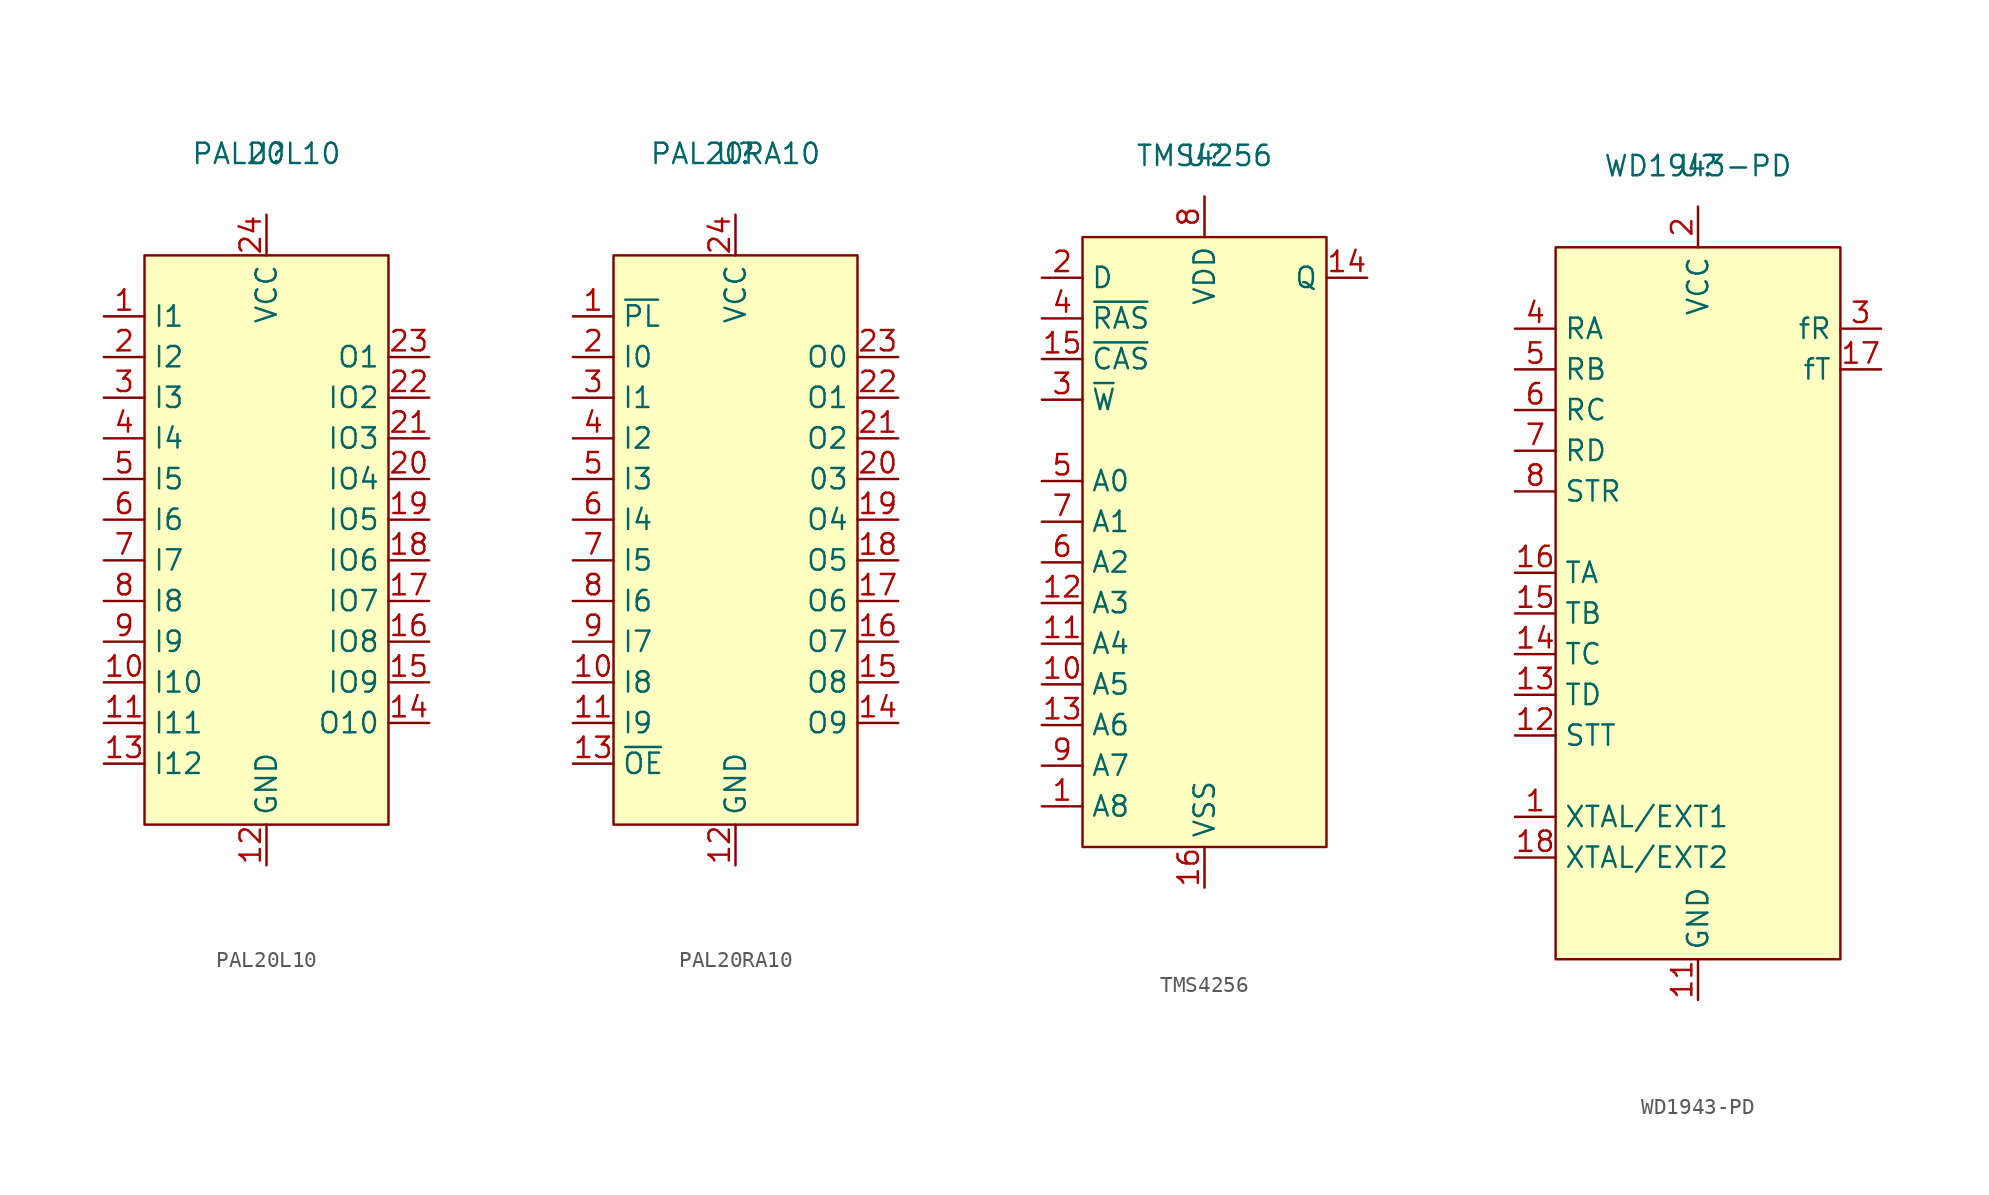
<source format=kicad_sym>
(kicad_symbol_lib
  (version 20220914)
  (generator kicad_symbol_editor)
  (symbol "PAL20L10"
    (property "Reference" "U"
      (at 0 0 0)
      (effects (font (size 1.27 1.27))))
    (property "Value" "PAL20L10"
      (at 0 0 0)
      (effects (font (size 1.27 1.27))))
    (symbol "PAL20L10_1_1"
      (rectangle (start -7.62 -6.35) (end 7.62 -41.91) (stroke (width 0) (type default)) (fill (type background)))
      (pin input line (at -10.16 -10.16 0) (length 2.54) (name "I1" (effects (font (size 1.27 1.27)))) (number "1" (effects (font (size 1.27 1.27)))))
      (pin input line (at -10.16 -33.02 0) (length 2.54) (name "I10" (effects (font (size 1.27 1.27)))) (number "10" (effects (font (size 1.27 1.27)))))
      (pin input line (at -10.16 -35.56 0) (length 2.54) (name "I11" (effects (font (size 1.27 1.27)))) (number "11" (effects (font (size 1.27 1.27)))))
      (pin power_in line (at 0 -44.45 90) (length 2.54) (name "GND" (effects (font (size 1.27 1.27)))) (number "12" (effects (font (size 1.27 1.27)))))
      (pin input line (at -10.16 -38.1 0) (length 2.54) (name "I12" (effects (font (size 1.27 1.27)))) (number "13" (effects (font (size 1.27 1.27)))))
      (pin tri_state line (at 10.16 -35.56 180) (length 2.54) (name "O10" (effects (font (size 1.27 1.27)))) (number "14" (effects (font (size 1.27 1.27)))))
      (pin bidirectional line (at 10.16 -33.02 180) (length 2.54) (name "IO9" (effects (font (size 1.27 1.27)))) (number "15" (effects (font (size 1.27 1.27)))))
      (pin bidirectional line (at 10.16 -30.48 180) (length 2.54) (name "IO8" (effects (font (size 1.27 1.27)))) (number "16" (effects (font (size 1.27 1.27)))))
      (pin bidirectional line (at 10.16 -27.94 180) (length 2.54) (name "IO7" (effects (font (size 1.27 1.27)))) (number "17" (effects (font (size 1.27 1.27)))))
      (pin bidirectional line (at 10.16 -25.4 180) (length 2.54) (name "IO6" (effects (font (size 1.27 1.27)))) (number "18" (effects (font (size 1.27 1.27)))))
      (pin bidirectional line (at 10.16 -22.86 180) (length 2.54) (name "IO5" (effects (font (size 1.27 1.27)))) (number "19" (effects (font (size 1.27 1.27)))))
      (pin input line (at -10.16 -12.7 0) (length 2.54) (name "I2" (effects (font (size 1.27 1.27)))) (number "2" (effects (font (size 1.27 1.27)))))
      (pin bidirectional line (at 10.16 -20.32 180) (length 2.54) (name "IO4" (effects (font (size 1.27 1.27)))) (number "20" (effects (font (size 1.27 1.27)))))
      (pin bidirectional line (at 10.16 -17.78 180) (length 2.54) (name "IO3" (effects (font (size 1.27 1.27)))) (number "21" (effects (font (size 1.27 1.27)))))
      (pin bidirectional line (at 10.16 -15.24 180) (length 2.54) (name "IO2" (effects (font (size 1.27 1.27)))) (number "22" (effects (font (size 1.27 1.27)))))
      (pin tri_state line (at 10.16 -12.7 180) (length 2.54) (name "O1" (effects (font (size 1.27 1.27)))) (number "23" (effects (font (size 1.27 1.27)))))
      (pin power_in line (at 0 -3.81 270) (length 2.54) (name "VCC" (effects (font (size 1.27 1.27)))) (number "24" (effects (font (size 1.27 1.27)))))
      (pin input line (at -10.16 -15.24 0) (length 2.54) (name "I3" (effects (font (size 1.27 1.27)))) (number "3" (effects (font (size 1.27 1.27)))))
      (pin input line (at -10.16 -17.78 0) (length 2.54) (name "I4" (effects (font (size 1.27 1.27)))) (number "4" (effects (font (size 1.27 1.27)))))
      (pin input line (at -10.16 -20.32 0) (length 2.54) (name "I5" (effects (font (size 1.27 1.27)))) (number "5" (effects (font (size 1.27 1.27)))))
      (pin input line (at -10.16 -22.86 0) (length 2.54) (name "I6" (effects (font (size 1.27 1.27)))) (number "6" (effects (font (size 1.27 1.27)))))
      (pin input line (at -10.16 -25.4 0) (length 2.54) (name "I7" (effects (font (size 1.27 1.27)))) (number "7" (effects (font (size 1.27 1.27)))))
      (pin input line (at -10.16 -27.94 0) (length 2.54) (name "I8" (effects (font (size 1.27 1.27)))) (number "8" (effects (font (size 1.27 1.27)))))
      (pin input line (at -10.16 -30.48 0) (length 2.54) (name "I9" (effects (font (size 1.27 1.27)))) (number "9" (effects (font (size 1.27 1.27)))))))
  (symbol "PAL20RA10"
    (property "Reference" "U"
      (at 0 0 0)
      (effects (font (size 1.27 1.27))))
    (property "Value" "PAL20RA10"
      (at 0 0 0)
      (effects (font (size 1.27 1.27))))
    (symbol "PAL20RA10_1_1"
      (rectangle (start -7.62 -6.35) (end 7.62 -41.91) (stroke (width 0) (type default)) (fill (type background)))
      (pin input line (at -10.16 -10.16 0) (length 2.54) (name "~{PL}" (effects (font (size 1.27 1.27)))) (number "1" (effects (font (size 1.27 1.27)))))
      (pin input line (at -10.16 -33.02 0) (length 2.54) (name "I8" (effects (font (size 1.27 1.27)))) (number "10" (effects (font (size 1.27 1.27)))))
      (pin input line (at -10.16 -35.56 0) (length 2.54) (name "I9" (effects (font (size 1.27 1.27)))) (number "11" (effects (font (size 1.27 1.27)))))
      (pin power_in line (at 0 -44.45 90) (length 2.54) (name "GND" (effects (font (size 1.27 1.27)))) (number "12" (effects (font (size 1.27 1.27)))))
      (pin input line (at -10.16 -38.1 0) (length 2.54) (name "~{OE}" (effects (font (size 1.27 1.27)))) (number "13" (effects (font (size 1.27 1.27)))))
      (pin tri_state line (at 10.16 -35.56 180) (length 2.54) (name "O9" (effects (font (size 1.27 1.27)))) (number "14" (effects (font (size 1.27 1.27)))))
      (pin tri_state line (at 10.16 -33.02 180) (length 2.54) (name "O8" (effects (font (size 1.27 1.27)))) (number "15" (effects (font (size 1.27 1.27)))))
      (pin tri_state line (at 10.16 -30.48 180) (length 2.54) (name "O7" (effects (font (size 1.27 1.27)))) (number "16" (effects (font (size 1.27 1.27)))))
      (pin tri_state line (at 10.16 -27.94 180) (length 2.54) (name "O6" (effects (font (size 1.27 1.27)))) (number "17" (effects (font (size 1.27 1.27)))))
      (pin tri_state line (at 10.16 -25.4 180) (length 2.54) (name "O5" (effects (font (size 1.27 1.27)))) (number "18" (effects (font (size 1.27 1.27)))))
      (pin tri_state line (at 10.16 -22.86 180) (length 2.54) (name "O4" (effects (font (size 1.27 1.27)))) (number "19" (effects (font (size 1.27 1.27)))))
      (pin input line (at -10.16 -12.7 0) (length 2.54) (name "I0" (effects (font (size 1.27 1.27)))) (number "2" (effects (font (size 1.27 1.27)))))
      (pin tri_state line (at 10.16 -20.32 180) (length 2.54) (name "03" (effects (font (size 1.27 1.27)))) (number "20" (effects (font (size 1.27 1.27)))))
      (pin tri_state line (at 10.16 -17.78 180) (length 2.54) (name "O2" (effects (font (size 1.27 1.27)))) (number "21" (effects (font (size 1.27 1.27)))))
      (pin tri_state line (at 10.16 -15.24 180) (length 2.54) (name "O1" (effects (font (size 1.27 1.27)))) (number "22" (effects (font (size 1.27 1.27)))))
      (pin tri_state line (at 10.16 -12.7 180) (length 2.54) (name "O0" (effects (font (size 1.27 1.27)))) (number "23" (effects (font (size 1.27 1.27)))))
      (pin power_in line (at 0 -3.81 270) (length 2.54) (name "VCC" (effects (font (size 1.27 1.27)))) (number "24" (effects (font (size 1.27 1.27)))))
      (pin input line (at -10.16 -15.24 0) (length 2.54) (name "I1" (effects (font (size 1.27 1.27)))) (number "3" (effects (font (size 1.27 1.27)))))
      (pin input line (at -10.16 -17.78 0) (length 2.54) (name "I2" (effects (font (size 1.27 1.27)))) (number "4" (effects (font (size 1.27 1.27)))))
      (pin input line (at -10.16 -20.32 0) (length 2.54) (name "I3" (effects (font (size 1.27 1.27)))) (number "5" (effects (font (size 1.27 1.27)))))
      (pin input line (at -10.16 -22.86 0) (length 2.54) (name "I4" (effects (font (size 1.27 1.27)))) (number "6" (effects (font (size 1.27 1.27)))))
      (pin input line (at -10.16 -25.4 0) (length 2.54) (name "I5" (effects (font (size 1.27 1.27)))) (number "7" (effects (font (size 1.27 1.27)))))
      (pin input line (at -10.16 -27.94 0) (length 2.54) (name "I6" (effects (font (size 1.27 1.27)))) (number "8" (effects (font (size 1.27 1.27)))))
      (pin input line (at -10.16 -30.48 0) (length 2.54) (name "I7" (effects (font (size 1.27 1.27)))) (number "9" (effects (font (size 1.27 1.27)))))))
  (symbol "TMS4256"
    (property "Reference" "U"
      (at 0 0 0)
      (effects (font (size 1.27 1.27))))
    (property "Value" "TMS4256"
      (at 0 0 0)
      (effects (font (size 1.27 1.27))))
    (symbol "TMS4256_1_1"
      (rectangle (start -7.62 -5.08) (end 7.62 -43.18) (stroke (width 0) (type default)) (fill (type background)))
      (pin input line (at -10.16 -40.64 0) (length 2.54) (name "A8" (effects (font (size 1.27 1.27)))) (number "1" (effects (font (size 1.27 1.27)))))
      (pin input line (at -10.16 -33.02 0) (length 2.54) (name "A5" (effects (font (size 1.27 1.27)))) (number "10" (effects (font (size 1.27 1.27)))))
      (pin input line (at -10.16 -30.48 0) (length 2.54) (name "A4" (effects (font (size 1.27 1.27)))) (number "11" (effects (font (size 1.27 1.27)))))
      (pin input line (at -10.16 -27.94 0) (length 2.54) (name "A3" (effects (font (size 1.27 1.27)))) (number "12" (effects (font (size 1.27 1.27)))))
      (pin input line (at -10.16 -35.56 0) (length 2.54) (name "A6" (effects (font (size 1.27 1.27)))) (number "13" (effects (font (size 1.27 1.27)))))
      (pin tri_state line (at 10.16 -7.62 180) (length 2.54) (name "Q" (effects (font (size 1.27 1.27)))) (number "14" (effects (font (size 1.27 1.27)))))
      (pin input line (at -10.16 -12.7 0) (length 2.54) (name "~{CAS}" (effects (font (size 1.27 1.27)))) (number "15" (effects (font (size 1.27 1.27)))))
      (pin power_in line (at 0 -45.72 90) (length 2.54) (name "VSS" (effects (font (size 1.27 1.27)))) (number "16" (effects (font (size 1.27 1.27)))))
      (pin input line (at -10.16 -7.62 0) (length 2.54) (name "D" (effects (font (size 1.27 1.27)))) (number "2" (effects (font (size 1.27 1.27)))))
      (pin input line (at -10.16 -15.24 0) (length 2.54) (name "~{W}" (effects (font (size 1.27 1.27)))) (number "3" (effects (font (size 1.27 1.27)))))
      (pin input line (at -10.16 -10.16 0) (length 2.54) (name "~{RAS}" (effects (font (size 1.27 1.27)))) (number "4" (effects (font (size 1.27 1.27)))))
      (pin input line (at -10.16 -20.32 0) (length 2.54) (name "A0" (effects (font (size 1.27 1.27)))) (number "5" (effects (font (size 1.27 1.27)))))
      (pin input line (at -10.16 -25.4 0) (length 2.54) (name "A2" (effects (font (size 1.27 1.27)))) (number "6" (effects (font (size 1.27 1.27)))))
      (pin input line (at -10.16 -22.86 0) (length 2.54) (name "A1" (effects (font (size 1.27 1.27)))) (number "7" (effects (font (size 1.27 1.27)))))
      (pin power_in line (at 0 -2.54 270) (length 2.54) (name "VDD" (effects (font (size 1.27 1.27)))) (number "8" (effects (font (size 1.27 1.27)))))
      (pin input line (at -10.16 -38.1 0) (length 2.54) (name "A7" (effects (font (size 1.27 1.27)))) (number "9" (effects (font (size 1.27 1.27)))))))
  (symbol "WD1943-PD"
    (property "Reference" "U"
      (at 0 0 0)
      (effects (font (size 1.27 1.27))))
    (property "Value" "WD1943-PD"
      (at 0 0 0)
      (effects (font (size 1.27 1.27))))
    (symbol "WD1943-PD_1_1"
      (rectangle (start -8.89 -5.08) (end 8.89 -49.53) (stroke (width 0) (type default)) (fill (type background)))
      (pin input line (at -11.43 -40.64 0) (length 2.54) (name "XTAL/EXT1" (effects (font (size 1.27 1.27)))) (number "1" (effects (font (size 1.27 1.27)))))
      (pin no_connect line (at 11.43 -15.24 180) (length 2.54) hide (name "NC2" (effects (font (size 1.27 1.27)))) (number "10" (effects (font (size 1.27 1.27)))))
      (pin power_in line (at 0 -52.07 90) (length 2.54) (name "GND" (effects (font (size 1.27 1.27)))) (number "11" (effects (font (size 1.27 1.27)))))
      (pin input line (at -11.43 -35.56 0) (length 2.54) (name "STT" (effects (font (size 1.27 1.27)))) (number "12" (effects (font (size 1.27 1.27)))))
      (pin input line (at -11.43 -33.02 0) (length 2.54) (name "TD" (effects (font (size 1.27 1.27)))) (number "13" (effects (font (size 1.27 1.27)))))
      (pin input line (at -11.43 -30.48 0) (length 2.54) (name "TC" (effects (font (size 1.27 1.27)))) (number "14" (effects (font (size 1.27 1.27)))))
      (pin input line (at -11.43 -27.94 0) (length 2.54) (name "TB" (effects (font (size 1.27 1.27)))) (number "15" (effects (font (size 1.27 1.27)))))
      (pin input line (at -11.43 -25.4 0) (length 2.54) (name "TA" (effects (font (size 1.27 1.27)))) (number "16" (effects (font (size 1.27 1.27)))))
      (pin output line (at 11.43 -12.7 180) (length 2.54) (name "fT" (effects (font (size 1.27 1.27)))) (number "17" (effects (font (size 1.27 1.27)))))
      (pin input line (at -11.43 -43.18 0) (length 2.54) (name "XTAL/EXT2" (effects (font (size 1.27 1.27)))) (number "18" (effects (font (size 1.27 1.27)))))
      (pin power_in line (at 0 -2.54 270) (length 2.54) (name "VCC" (effects (font (size 1.27 1.27)))) (number "2" (effects (font (size 1.27 1.27)))))
      (pin output line (at 11.43 -10.16 180) (length 2.54) (name "fR" (effects (font (size 1.27 1.27)))) (number "3" (effects (font (size 1.27 1.27)))))
      (pin input line (at -11.43 -10.16 0) (length 2.54) (name "RA" (effects (font (size 1.27 1.27)))) (number "4" (effects (font (size 1.27 1.27)))))
      (pin input line (at -11.43 -12.7 0) (length 2.54) (name "RB" (effects (font (size 1.27 1.27)))) (number "5" (effects (font (size 1.27 1.27)))))
      (pin input line (at -11.43 -15.24 0) (length 2.54) (name "RC" (effects (font (size 1.27 1.27)))) (number "6" (effects (font (size 1.27 1.27)))))
      (pin input line (at -11.43 -17.78 0) (length 2.54) (name "RD" (effects (font (size 1.27 1.27)))) (number "7" (effects (font (size 1.27 1.27)))))
      (pin input line (at -11.43 -20.32 0) (length 2.54) (name "STR" (effects (font (size 1.27 1.27)))) (number "8" (effects (font (size 1.27 1.27)))))
      (pin no_connect line (at 11.43 -17.78 180) (length 2.54) hide (name "NC" (effects (font (size 1.27 1.27)))) (number "9" (effects (font (size 1.27 1.27))))))))
</source>
